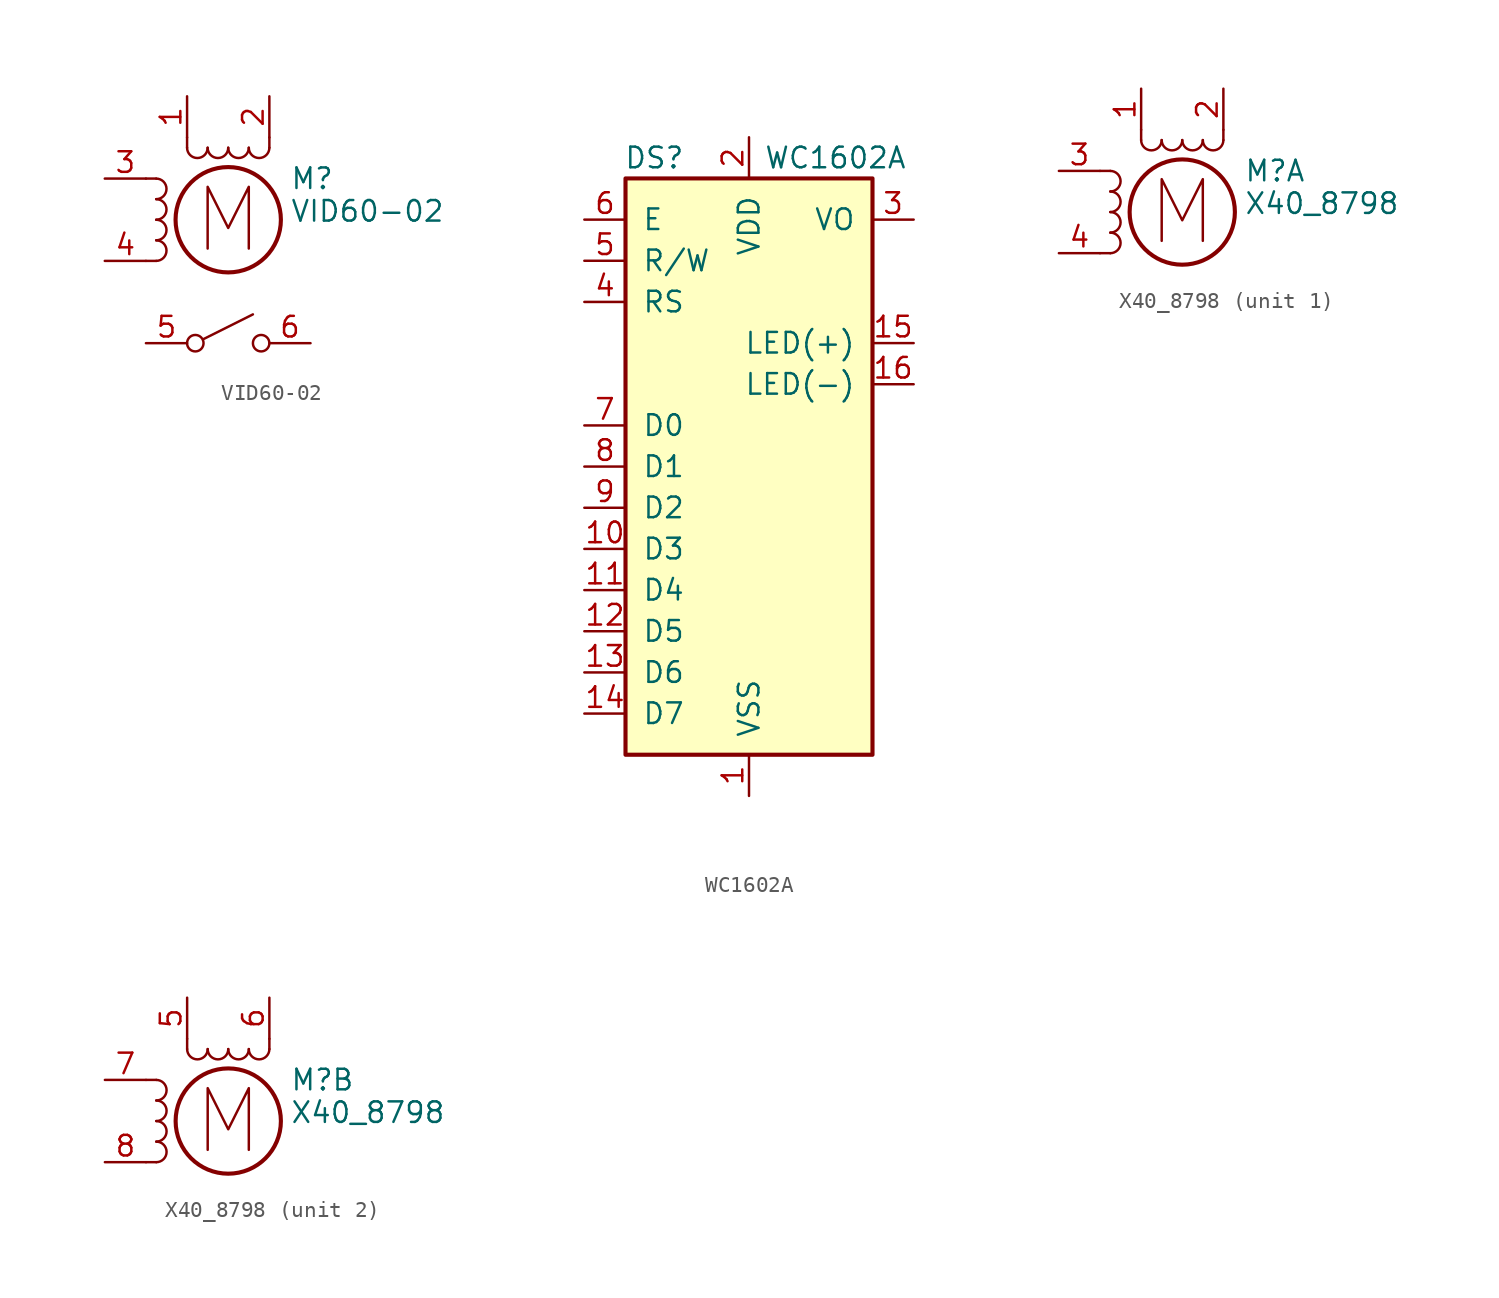
<source format=kicad_sym>
(kicad_symbol_lib
  (version 20231120)
  (generator "kicad_symbol_editor")
  (generator_version "8.0")
  (symbol "VID60-02"
    (pin_names
      (offset 0) hide)
    (property "Reference" "M"
      (at 3.81 2.54 0)
      (effects (font (size 1.27 1.27)) (justify left)))
    (property "Value" "VID60-02"
      (at 3.81 1.27 0)
      (effects (font (size 1.27 1.27)) (justify left top)))
    (symbol "VID60-02_0_0"
      (polyline (pts (xy -1.27 -1.778) (xy -1.27 2.032) (xy 0 -0.508) (xy 1.27 2.032) (xy 1.27 -1.778)) (stroke (width 0) (type default)) (fill (type none))))
    (symbol "VID60-02_0_1"
      (arc (start -4.445 -2.54) (mid -3.8127 -1.905) (end -4.445 -1.27) (stroke (width 0) (type default)) (fill (type none)))
      (arc (start -4.445 -1.27) (mid -3.8127 -0.635) (end -4.445 0) (stroke (width 0) (type default)) (fill (type none)))
      (arc (start -4.445 0) (mid -3.8127 0.635) (end -4.445 1.27) (stroke (width 0) (type default)) (fill (type none)))
      (arc (start -4.445 1.27) (mid -3.8127 1.905) (end -4.445 2.54) (stroke (width 0) (type default)) (fill (type none)))
      (arc (start -2.54 4.445) (mid -1.905 3.8127) (end -1.27 4.445) (stroke (width 0) (type default)) (fill (type none)))
      (arc (start -1.27 4.445) (mid -0.635 3.8127) (end 0 4.445) (stroke (width 0) (type default)) (fill (type none)))
      (polyline (pts (xy -5.08 -2.54) (xy -4.445 -2.54)) (stroke (width 0) (type default)) (fill (type none)))
      (polyline (pts (xy -5.08 2.54) (xy -4.445 2.54)) (stroke (width 0) (type default)) (fill (type none)))
      (polyline (pts (xy -2.54 5.08) (xy -2.54 4.445)) (stroke (width 0) (type default)) (fill (type none)))
      (polyline (pts (xy 2.54 5.08) (xy 2.54 4.445)) (stroke (width 0) (type default)) (fill (type none)))
      (circle (center 0 0) (radius 3.251) (stroke (width 0.254) (type default)) (fill (type none)))
      (arc (start 0 4.445) (mid 0.635 3.8127) (end 1.27 4.445) (stroke (width 0) (type default)) (fill (type none)))
      (arc (start 1.27 4.445) (mid 1.905 3.8127) (end 2.54 4.445) (stroke (width 0) (type default)) (fill (type none))))
    (symbol "VID60-02_1_1"
      (circle (center -2.032 -7.62) (radius 0.508) (stroke (width 0) (type default)) (fill (type none)))
      (polyline (pts (xy -1.524 -7.366) (xy 1.524 -5.842)) (stroke (width 0) (type default)) (fill (type none)))
      (circle (center 2.032 -7.62) (radius 0.508) (stroke (width 0) (type default)) (fill (type none)))
      (pin passive line (at -2.54 7.62 270) (length 2.54) (name "~" (effects (font (size 1.27 1.27)))) (number "1" (effects (font (size 1.27 1.27)))))
      (pin passive line (at 2.54 7.62 270) (length 2.54) (name "-" (effects (font (size 1.27 1.27)))) (number "2" (effects (font (size 1.27 1.27)))))
      (pin passive line (at -7.62 2.54 0) (length 2.54) (name "~" (effects (font (size 1.27 1.27)))) (number "3" (effects (font (size 1.27 1.27)))))
      (pin passive line (at -7.62 -2.54 0) (length 2.54) (name "~" (effects (font (size 1.27 1.27)))) (number "4" (effects (font (size 1.27 1.27)))))
      (pin passive line (at -5.08 -7.62 0) (length 2.54) (name "A" (effects (font (size 1.27 1.27)))) (number "5" (effects (font (size 1.27 1.27)))))
      (pin passive line (at 5.08 -7.62 180) (length 2.54) (name "B" (effects (font (size 1.27 1.27)))) (number "6" (effects (font (size 1.27 1.27)))))))
  (symbol "WC1602A"
    (pin_names
      (offset 1.016))
    (property "Reference" "DS"
      (at -5.842 19.05 0)
      (effects (font (size 1.27 1.27))))
    (property "Value" "WC1602A"
      (at 5.334 19.05 0)
      (effects (font (size 1.27 1.27))))
    (symbol "WC1602A_1_1"
      (rectangle (start -7.62 17.78) (end 7.62 -17.78) (stroke (width 0.254) (type default)) (fill (type background)))
      (pin power_in line (at 0 -20.32 90) (length 2.54) (name "VSS" (effects (font (size 1.27 1.27)))) (number "1" (effects (font (size 1.27 1.27)))))
      (pin input line (at -10.16 -5.08 0) (length 2.54) (name "D3" (effects (font (size 1.27 1.27)))) (number "10" (effects (font (size 1.27 1.27)))))
      (pin input line (at -10.16 -7.62 0) (length 2.54) (name "D4" (effects (font (size 1.27 1.27)))) (number "11" (effects (font (size 1.27 1.27)))))
      (pin input line (at -10.16 -10.16 0) (length 2.54) (name "D5" (effects (font (size 1.27 1.27)))) (number "12" (effects (font (size 1.27 1.27)))))
      (pin input line (at -10.16 -12.7 0) (length 2.54) (name "D6" (effects (font (size 1.27 1.27)))) (number "13" (effects (font (size 1.27 1.27)))))
      (pin input line (at -10.16 -15.24 0) (length 2.54) (name "D7" (effects (font (size 1.27 1.27)))) (number "14" (effects (font (size 1.27 1.27)))))
      (pin power_in line (at 10.16 7.62 180) (length 2.54) (name "LED(+)" (effects (font (size 1.27 1.27)))) (number "15" (effects (font (size 1.27 1.27)))))
      (pin power_in line (at 10.16 5.08 180) (length 2.54) (name "LED(-)" (effects (font (size 1.27 1.27)))) (number "16" (effects (font (size 1.27 1.27)))))
      (pin power_in line (at 0 20.32 270) (length 2.54) (name "VDD" (effects (font (size 1.27 1.27)))) (number "2" (effects (font (size 1.27 1.27)))))
      (pin input line (at 10.16 15.24 180) (length 2.54) (name "VO" (effects (font (size 1.27 1.27)))) (number "3" (effects (font (size 1.27 1.27)))))
      (pin input line (at -10.16 10.16 0) (length 2.54) (name "RS" (effects (font (size 1.27 1.27)))) (number "4" (effects (font (size 1.27 1.27)))))
      (pin input line (at -10.16 12.7 0) (length 2.54) (name "R/W" (effects (font (size 1.27 1.27)))) (number "5" (effects (font (size 1.27 1.27)))))
      (pin input line (at -10.16 15.24 0) (length 2.54) (name "E" (effects (font (size 1.27 1.27)))) (number "6" (effects (font (size 1.27 1.27)))))
      (pin input line (at -10.16 2.54 0) (length 2.54) (name "D0" (effects (font (size 1.27 1.27)))) (number "7" (effects (font (size 1.27 1.27)))))
      (pin input line (at -10.16 0 0) (length 2.54) (name "D1" (effects (font (size 1.27 1.27)))) (number "8" (effects (font (size 1.27 1.27)))))
      (pin input line (at -10.16 -2.54 0) (length 2.54) (name "D2" (effects (font (size 1.27 1.27)))) (number "9" (effects (font (size 1.27 1.27)))))))
  (symbol "X40_8798"
    (pin_names
      (offset 0) hide)
    (property "Reference" "M"
      (at 3.81 2.54 0)
      (effects (font (size 1.27 1.27)) (justify left)))
    (property "Value" "X40_8798"
      (at 3.81 1.27 0)
      (effects (font (size 1.27 1.27)) (justify left top)))
    (property "ki_locked" ""
      (at 0 0 0)
      (effects (font (size 1.27 1.27))))
    (symbol "X40_8798_0_0"
      (polyline (pts (xy -1.27 -1.778) (xy -1.27 2.032) (xy 0 -0.508) (xy 1.27 2.032) (xy 1.27 -1.778)) (stroke (width 0) (type default)) (fill (type none))))
    (symbol "X40_8798_0_1"
      (arc (start -4.445 -2.54) (mid -3.8127 -1.905) (end -4.445 -1.27) (stroke (width 0) (type default)) (fill (type none)))
      (arc (start -4.445 -1.27) (mid -3.8127 -0.635) (end -4.445 0) (stroke (width 0) (type default)) (fill (type none)))
      (arc (start -4.445 0) (mid -3.8127 0.635) (end -4.445 1.27) (stroke (width 0) (type default)) (fill (type none)))
      (arc (start -4.445 1.27) (mid -3.8127 1.905) (end -4.445 2.54) (stroke (width 0) (type default)) (fill (type none)))
      (arc (start -2.54 4.445) (mid -1.905 3.8127) (end -1.27 4.445) (stroke (width 0) (type default)) (fill (type none)))
      (arc (start -1.27 4.445) (mid -0.635 3.8127) (end 0 4.445) (stroke (width 0) (type default)) (fill (type none)))
      (polyline (pts (xy -5.08 -2.54) (xy -4.445 -2.54)) (stroke (width 0) (type default)) (fill (type none)))
      (polyline (pts (xy -5.08 2.54) (xy -4.445 2.54)) (stroke (width 0) (type default)) (fill (type none)))
      (polyline (pts (xy -2.54 5.08) (xy -2.54 4.445)) (stroke (width 0) (type default)) (fill (type none)))
      (polyline (pts (xy 2.54 5.08) (xy 2.54 4.445)) (stroke (width 0) (type default)) (fill (type none)))
      (circle (center 0 0) (radius 3.251) (stroke (width 0.254) (type default)) (fill (type none)))
      (arc (start 0 4.445) (mid 0.635 3.8127) (end 1.27 4.445) (stroke (width 0) (type default)) (fill (type none)))
      (arc (start 1.27 4.445) (mid 1.905 3.8127) (end 2.54 4.445) (stroke (width 0) (type default)) (fill (type none))))
    (symbol "X40_8798_1_1"
      (pin passive line (at -2.54 7.62 270) (length 2.54) (name "~" (effects (font (size 1.27 1.27)))) (number "1" (effects (font (size 1.27 1.27)))))
      (pin passive line (at 2.54 7.62 270) (length 2.54) (name "-" (effects (font (size 1.27 1.27)))) (number "2" (effects (font (size 1.27 1.27)))))
      (pin passive line (at -7.62 2.54 0) (length 2.54) (name "~" (effects (font (size 1.27 1.27)))) (number "3" (effects (font (size 1.27 1.27)))))
      (pin passive line (at -7.62 -2.54 0) (length 2.54) (name "~" (effects (font (size 1.27 1.27)))) (number "4" (effects (font (size 1.27 1.27))))))
    (symbol "X40_8798_2_1"
      (pin passive line (at -2.54 7.62 270) (length 2.54) (name "~" (effects (font (size 1.27 1.27)))) (number "5" (effects (font (size 1.27 1.27)))))
      (pin passive line (at 2.54 7.62 270) (length 2.54) (name "-" (effects (font (size 1.27 1.27)))) (number "6" (effects (font (size 1.27 1.27)))))
      (pin passive line (at -7.62 2.54 0) (length 2.54) (name "~" (effects (font (size 1.27 1.27)))) (number "7" (effects (font (size 1.27 1.27)))))
      (pin passive line (at -7.62 -2.54 0) (length 2.54) (name "~" (effects (font (size 1.27 1.27)))) (number "8" (effects (font (size 1.27 1.27))))))))
</source>
